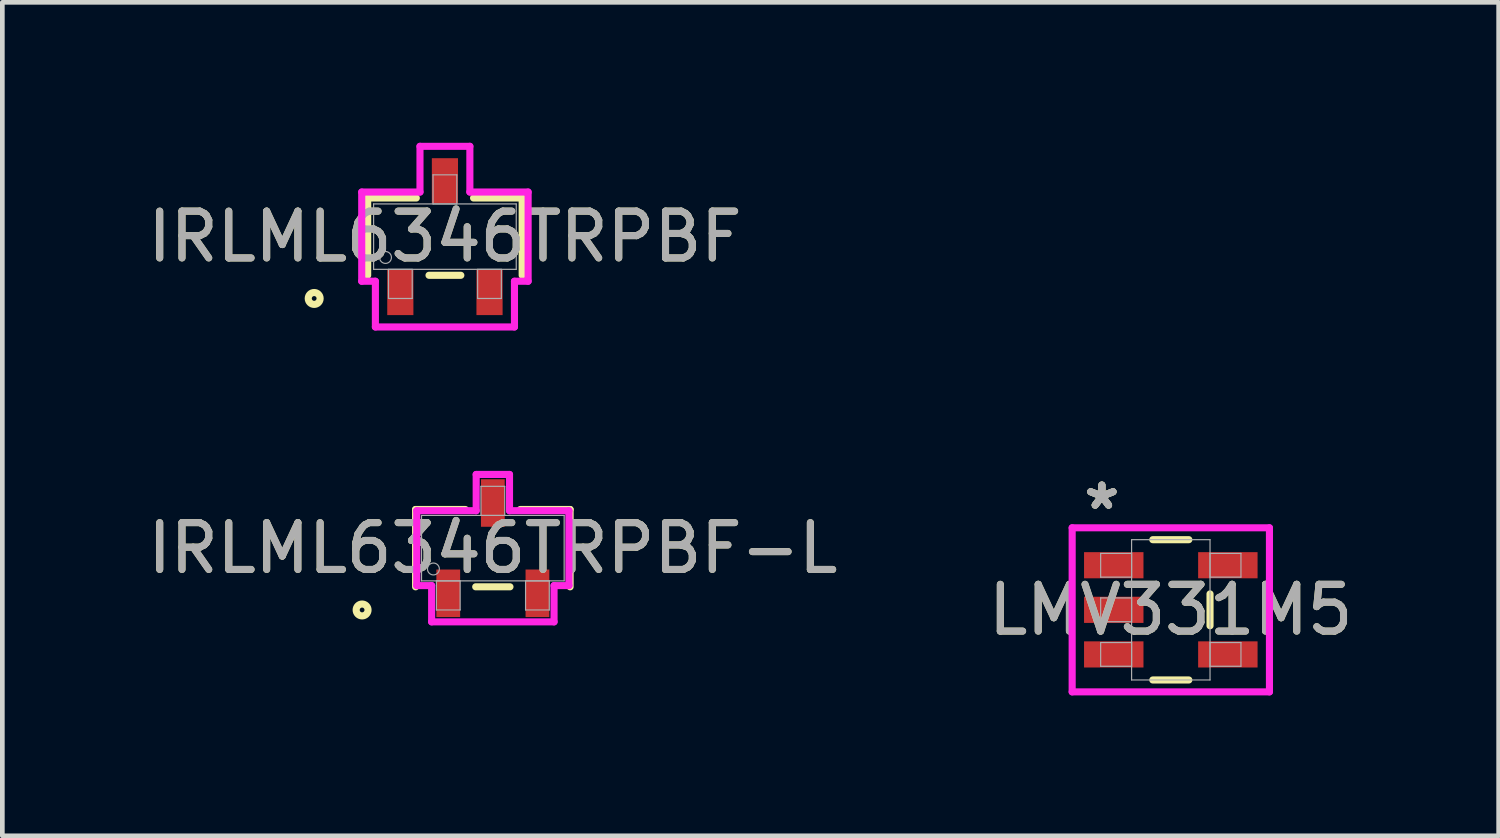
<source format=kicad_pcb>
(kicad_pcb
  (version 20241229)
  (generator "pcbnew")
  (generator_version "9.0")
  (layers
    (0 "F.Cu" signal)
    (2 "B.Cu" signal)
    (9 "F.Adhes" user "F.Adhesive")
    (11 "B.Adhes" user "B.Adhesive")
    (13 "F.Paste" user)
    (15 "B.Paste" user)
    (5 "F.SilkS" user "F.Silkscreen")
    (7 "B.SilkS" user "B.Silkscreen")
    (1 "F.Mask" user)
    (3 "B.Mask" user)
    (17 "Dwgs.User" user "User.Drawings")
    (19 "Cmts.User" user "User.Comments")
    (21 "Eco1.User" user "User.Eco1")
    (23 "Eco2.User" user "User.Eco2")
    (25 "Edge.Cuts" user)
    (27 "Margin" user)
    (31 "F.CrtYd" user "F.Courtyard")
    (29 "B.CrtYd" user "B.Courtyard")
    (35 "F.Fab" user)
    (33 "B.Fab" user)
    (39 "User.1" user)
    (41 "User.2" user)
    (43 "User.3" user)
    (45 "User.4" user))
  (footprint "LMV331M5"
    (layer "F.Cu")
    (at 21.97 9.982)
    (property "Reference" "LMV331M5" (at 0 0 0) (unlocked yes) (layer "F.SilkS") (effects (font (size 1 1) (thickness 0.15))))
    (attr smd)
    (fp_line (start -0.385 1.499) (end 0.385 1.499) (stroke (width 0.152) (type solid)) (layer "F.SilkS"))
    (fp_line (start 0.385 -1.499) (end -0.385 -1.499) (stroke (width 0.152) (type solid)) (layer "F.SilkS"))
    (fp_line (start 0.838 0.34) (end 0.838 -0.34) (stroke (width 0.152) (type solid)) (layer "F.SilkS"))
    (fp_line (start -2.108 -1.753) (end 2.108 -1.753) (stroke (width 0.152) (type solid)) (layer "F.CrtYd"))
    (fp_line (start -2.108 1.753) (end -2.108 -1.753) (stroke (width 0.152) (type solid)) (layer "F.CrtYd"))
    (fp_line (start 2.108 -1.753) (end 2.108 1.753) (stroke (width 0.152) (type solid)) (layer "F.CrtYd"))
    (fp_line (start 2.108 1.753) (end -2.108 1.753) (stroke (width 0.152) (type solid)) (layer "F.CrtYd"))
    (fp_line (start -1.499 -1.206) (end -1.499 -0.699) (stroke (width 0.025) (type solid)) (layer "F.Fab"))
    (fp_line (start -1.499 -0.699) (end -0.838 -0.699) (stroke (width 0.025) (type solid)) (layer "F.Fab"))
    (fp_line (start -1.499 -0.254) (end -1.499 0.254) (stroke (width 0.025) (type solid)) (layer "F.Fab"))
    (fp_line (start -1.499 0.254) (end -0.838 0.254) (stroke (width 0.025) (type solid)) (layer "F.Fab"))
    (fp_line (start -1.499 0.699) (end -1.499 1.206) (stroke (width 0.025) (type solid)) (layer "F.Fab"))
    (fp_line (start -1.499 1.206) (end -0.838 1.206) (stroke (width 0.025) (type solid)) (layer "F.Fab"))
    (fp_line (start -0.838 -1.499) (end -0.838 1.499) (stroke (width 0.025) (type solid)) (layer "F.Fab"))
    (fp_line (start -0.838 -1.206) (end -1.499 -1.206) (stroke (width 0.025) (type solid)) (layer "F.Fab"))
    (fp_line (start -0.838 -0.699) (end -0.838 -1.206) (stroke (width 0.025) (type solid)) (layer "F.Fab"))
    (fp_line (start -0.838 -0.254) (end -1.499 -0.254) (stroke (width 0.025) (type solid)) (layer "F.Fab"))
    (fp_line (start -0.838 0.254) (end -0.838 -0.254) (stroke (width 0.025) (type solid)) (layer "F.Fab"))
    (fp_line (start -0.838 0.699) (end -1.499 0.699) (stroke (width 0.025) (type solid)) (layer "F.Fab"))
    (fp_line (start -0.838 1.206) (end -0.838 0.699) (stroke (width 0.025) (type solid)) (layer "F.Fab"))
    (fp_line (start -0.838 1.499) (end 0.838 1.499) (stroke (width 0.025) (type solid)) (layer "F.Fab"))
    (fp_line (start 0.838 -1.499) (end -0.838 -1.499) (stroke (width 0.025) (type solid)) (layer "F.Fab"))
    (fp_line (start 0.838 -1.206) (end 0.838 -0.699) (stroke (width 0.025) (type solid)) (layer "F.Fab"))
    (fp_line (start 0.838 -0.699) (end 1.499 -0.699) (stroke (width 0.025) (type solid)) (layer "F.Fab"))
    (fp_line (start 0.838 0.699) (end 0.838 1.206) (stroke (width 0.025) (type solid)) (layer "F.Fab"))
    (fp_line (start 0.838 1.206) (end 1.499 1.206) (stroke (width 0.025) (type solid)) (layer "F.Fab"))
    (fp_line (start 0.838 1.499) (end 0.838 -1.499) (stroke (width 0.025) (type solid)) (layer "F.Fab"))
    (fp_line (start 1.499 -1.206) (end 0.838 -1.206) (stroke (width 0.025) (type solid)) (layer "F.Fab"))
    (fp_line (start 1.499 -0.699) (end 1.499 -1.206) (stroke (width 0.025) (type solid)) (layer "F.Fab"))
    (fp_line (start 1.499 0.699) (end 0.838 0.699) (stroke (width 0.025) (type solid)) (layer "F.Fab"))
    (fp_line (start 1.499 1.206) (end 1.499 0.699) (stroke (width 0.025) (type solid)) (layer "F.Fab"))
    (fp_text user "*" (at -1.473 -2.121 0) (unlocked yes) (layer "F.SilkS") (effects (font (size 1 1) (thickness 0.15))))
    (fp_text user "*" (at -1.473 -2.121 0) (layer "F.SilkS") (effects (font (size 1 1) (thickness 0.15))))
    (fp_text user "*" (at -1.473 -2.121 0) (layer "F.Fab") (effects (font (size 1 1) (thickness 0.15))))
    (fp_text user "*" (at -1.473 -2.121 0) (unlocked yes) (layer "F.Fab") (effects (font (size 1 1) (thickness 0.15))))
    (fp_text user "${REFERENCE}" (at 0 0 0) (unlocked yes) (layer "F.Fab") (effects (font (size 1 1) (thickness 0.15))))
    (pad "1" smd rect (at -1.219 -0.953) (size 1.27 0.559) (layers "F.Cu" "F.Mask" "F.Paste"))
    (pad "2" smd rect (at -1.219 0) (size 1.27 0.559) (layers "F.Cu" "F.Mask" "F.Paste"))
    (pad "3" smd rect (at -1.219 0.953) (size 1.27 0.559) (layers "F.Cu" "F.Mask" "F.Paste"))
    (pad "4" smd rect (at 1.219 0.953) (size 1.27 0.559) (layers "F.Cu" "F.Mask" "F.Paste"))
    (pad "5" smd rect (at 1.219 -0.953) (size 1.27 0.559) (layers "F.Cu" "F.Mask" "F.Paste")))
  (footprint "IRLML6346TRPBF"
    (layer "F.Cu")
    (at 6.458 2.007)
    (property "Reference" "IRLML6346TRPBF" (at 0 0 0) (unlocked yes) (layer "F.SilkS") (effects (font (size 1 1) (thickness 0.15))))
    (attr smd)
    (fp_line (start -1.651 -0.826) (end -1.651 0.826) (stroke (width 0.152) (type solid)) (layer "F.SilkS"))
    (fp_line (start -0.612 -0.826) (end -1.651 -0.826) (stroke (width 0.152) (type solid)) (layer "F.SilkS"))
    (fp_line (start -0.34 0.826) (end 0.34 0.826) (stroke (width 0.152) (type solid)) (layer "F.SilkS"))
    (fp_line (start 1.651 -0.826) (end 0.612 -0.826) (stroke (width 0.152) (type solid)) (layer "F.SilkS"))
    (fp_line (start 1.651 0.826) (end 1.651 -0.826) (stroke (width 0.152) (type solid)) (layer "F.SilkS"))
    (fp_circle (center -2.794 1.321) (end -2.667 1.321) (stroke (width 0.152) (type solid)) (fill no) (layer "F.SilkS"))
    (fp_line (start -1.778 -0.953) (end -0.533 -0.953) (stroke (width 0.152) (type solid)) (layer "F.CrtYd"))
    (fp_line (start -1.778 0.953) (end -1.778 -0.953) (stroke (width 0.152) (type solid)) (layer "F.CrtYd"))
    (fp_line (start -1.778 0.953) (end -1.486 0.953) (stroke (width 0.152) (type solid)) (layer "F.CrtYd"))
    (fp_line (start -1.486 0.953) (end -1.486 1.93) (stroke (width 0.152) (type solid)) (layer "F.CrtYd"))
    (fp_line (start -1.486 1.93) (end 1.486 1.93) (stroke (width 0.152) (type solid)) (layer "F.CrtYd"))
    (fp_line (start -0.533 -1.93) (end 0.533 -1.93) (stroke (width 0.152) (type solid)) (layer "F.CrtYd"))
    (fp_line (start -0.533 -0.953) (end -0.533 -1.93) (stroke (width 0.152) (type solid)) (layer "F.CrtYd"))
    (fp_line (start 0.533 -0.953) (end 0.533 -1.93) (stroke (width 0.152) (type solid)) (layer "F.CrtYd"))
    (fp_line (start 1.486 0.953) (end 1.486 1.93) (stroke (width 0.152) (type solid)) (layer "F.CrtYd"))
    (fp_line (start 1.778 -0.953) (end 0.533 -0.953) (stroke (width 0.152) (type solid)) (layer "F.CrtYd"))
    (fp_line (start 1.778 -0.953) (end 1.778 0.953) (stroke (width 0.152) (type solid)) (layer "F.CrtYd"))
    (fp_line (start 1.778 0.953) (end 1.486 0.953) (stroke (width 0.152) (type solid)) (layer "F.CrtYd"))
    (fp_line (start -1.524 -0.699) (end -1.524 0.699) (stroke (width 0.025) (type solid)) (layer "F.Fab"))
    (fp_line (start -1.524 0.699) (end 1.524 0.699) (stroke (width 0.025) (type solid)) (layer "F.Fab"))
    (fp_line (start -1.206 0.699) (end -1.206 1.321) (stroke (width 0.025) (type solid)) (layer "F.Fab"))
    (fp_line (start -1.206 1.321) (end -0.699 1.321) (stroke (width 0.025) (type solid)) (layer "F.Fab"))
    (fp_line (start -0.699 0.699) (end -1.206 0.699) (stroke (width 0.025) (type solid)) (layer "F.Fab"))
    (fp_line (start -0.699 1.321) (end -0.699 0.699) (stroke (width 0.025) (type solid)) (layer "F.Fab"))
    (fp_line (start -0.254 -1.321) (end -0.254 -0.699) (stroke (width 0.025) (type solid)) (layer "F.Fab"))
    (fp_line (start -0.254 -0.699) (end 0.254 -0.699) (stroke (width 0.025) (type solid)) (layer "F.Fab"))
    (fp_line (start 0.254 -1.321) (end -0.254 -1.321) (stroke (width 0.025) (type solid)) (layer "F.Fab"))
    (fp_line (start 0.254 -0.699) (end 0.254 -1.321) (stroke (width 0.025) (type solid)) (layer "F.Fab"))
    (fp_line (start 0.699 0.699) (end 0.699 1.321) (stroke (width 0.025) (type solid)) (layer "F.Fab"))
    (fp_line (start 0.699 1.321) (end 1.206 1.321) (stroke (width 0.025) (type solid)) (layer "F.Fab"))
    (fp_line (start 1.206 0.699) (end 0.699 0.699) (stroke (width 0.025) (type solid)) (layer "F.Fab"))
    (fp_line (start 1.206 1.321) (end 1.206 0.699) (stroke (width 0.025) (type solid)) (layer "F.Fab"))
    (fp_line (start 1.524 -0.699) (end -1.524 -0.699) (stroke (width 0.025) (type solid)) (layer "F.Fab"))
    (fp_line (start 1.524 0.699) (end 1.524 -0.699) (stroke (width 0.025) (type solid)) (layer "F.Fab"))
    (fp_circle (center -1.27 0.445) (end -1.143 0.445) (stroke (width 0.025) (type solid)) (fill no) (layer "F.Fab"))
    (fp_text user "${REFERENCE}" (at 0 0 0) (unlocked yes) (layer "F.Fab") (effects (font (size 1 1) (thickness 0.15))))
    (pad "1" smd rect (at -0.953 1.194) (size 0.559 0.965) (layers "F.Cu" "F.Mask" "F.Paste"))
    (pad "2" smd rect (at 0.953 1.194) (size 0.559 0.965) (layers "F.Cu" "F.Mask" "F.Paste"))
    (pad "3" smd rect (at 0 -1.194) (size 0.559 0.965) (layers "F.Cu" "F.Mask" "F.Paste")))
  (footprint "IRLML6346TRPBF-L"
    (layer "F.Cu")
    (at 7.482 8.664)
    (property "Reference" "IRLML6346TRPBF-L" (at 0 0 0) (unlocked yes) (layer "F.SilkS") (effects (font (size 1 1) (thickness 0.15))))
    (attr smd)
    (fp_line (start -1.651 -0.826) (end -1.651 0.826) (stroke (width 0.152) (type solid)) (layer "F.SilkS"))
    (fp_line (start -0.587 -0.826) (end -1.651 -0.826) (stroke (width 0.152) (type solid)) (layer "F.SilkS"))
    (fp_line (start -0.366 0.826) (end 0.366 0.826) (stroke (width 0.152) (type solid)) (layer "F.SilkS"))
    (fp_line (start 1.651 -0.826) (end 0.587 -0.826) (stroke (width 0.152) (type solid)) (layer "F.SilkS"))
    (fp_line (start 1.651 0.826) (end 1.651 -0.826) (stroke (width 0.152) (type solid)) (layer "F.SilkS"))
    (fp_circle (center -2.794 1.321) (end -2.667 1.321) (stroke (width 0.152) (type solid)) (fill no) (layer "F.SilkS"))
    (fp_line (start -1.626 -0.8) (end -0.356 -0.8) (stroke (width 0.152) (type solid)) (layer "F.CrtYd"))
    (fp_line (start -1.626 0.8) (end -1.626 -0.8) (stroke (width 0.152) (type solid)) (layer "F.CrtYd"))
    (fp_line (start -1.626 0.8) (end -1.308 0.8) (stroke (width 0.152) (type solid)) (layer "F.CrtYd"))
    (fp_line (start -1.308 0.8) (end -1.308 1.575) (stroke (width 0.152) (type solid)) (layer "F.CrtYd"))
    (fp_line (start -1.308 1.575) (end 1.308 1.575) (stroke (width 0.152) (type solid)) (layer "F.CrtYd"))
    (fp_line (start -0.356 -1.575) (end 0.356 -1.575) (stroke (width 0.152) (type solid)) (layer "F.CrtYd"))
    (fp_line (start -0.356 -0.8) (end -0.356 -1.575) (stroke (width 0.152) (type solid)) (layer "F.CrtYd"))
    (fp_line (start 0.356 -0.8) (end 0.356 -1.575) (stroke (width 0.152) (type solid)) (layer "F.CrtYd"))
    (fp_line (start 1.308 0.8) (end 1.308 1.575) (stroke (width 0.152) (type solid)) (layer "F.CrtYd"))
    (fp_line (start 1.626 -0.8) (end 0.356 -0.8) (stroke (width 0.152) (type solid)) (layer "F.CrtYd"))
    (fp_line (start 1.626 -0.8) (end 1.626 0.8) (stroke (width 0.152) (type solid)) (layer "F.CrtYd"))
    (fp_line (start 1.626 0.8) (end 1.308 0.8) (stroke (width 0.152) (type solid)) (layer "F.CrtYd"))
    (fp_line (start -1.524 -0.699) (end -1.524 0.699) (stroke (width 0.025) (type solid)) (layer "F.Fab"))
    (fp_line (start -1.524 0.699) (end 1.524 0.699) (stroke (width 0.025) (type solid)) (layer "F.Fab"))
    (fp_line (start -1.206 0.699) (end -1.206 1.321) (stroke (width 0.025) (type solid)) (layer "F.Fab"))
    (fp_line (start -1.206 1.321) (end -0.699 1.321) (stroke (width 0.025) (type solid)) (layer "F.Fab"))
    (fp_line (start -0.699 0.699) (end -1.206 0.699) (stroke (width 0.025) (type solid)) (layer "F.Fab"))
    (fp_line (start -0.699 1.321) (end -0.699 0.699) (stroke (width 0.025) (type solid)) (layer "F.Fab"))
    (fp_line (start -0.254 -1.321) (end -0.254 -0.699) (stroke (width 0.025) (type solid)) (layer "F.Fab"))
    (fp_line (start -0.254 -0.699) (end 0.254 -0.699) (stroke (width 0.025) (type solid)) (layer "F.Fab"))
    (fp_line (start 0.254 -1.321) (end -0.254 -1.321) (stroke (width 0.025) (type solid)) (layer "F.Fab"))
    (fp_line (start 0.254 -0.699) (end 0.254 -1.321) (stroke (width 0.025) (type solid)) (layer "F.Fab"))
    (fp_line (start 0.699 0.699) (end 0.699 1.321) (stroke (width 0.025) (type solid)) (layer "F.Fab"))
    (fp_line (start 0.699 1.321) (end 1.206 1.321) (stroke (width 0.025) (type solid)) (layer "F.Fab"))
    (fp_line (start 1.206 0.699) (end 0.699 0.699) (stroke (width 0.025) (type solid)) (layer "F.Fab"))
    (fp_line (start 1.206 1.321) (end 1.206 0.699) (stroke (width 0.025) (type solid)) (layer "F.Fab"))
    (fp_line (start 1.524 -0.699) (end -1.524 -0.699) (stroke (width 0.025) (type solid)) (layer "F.Fab"))
    (fp_line (start 1.524 0.699) (end 1.524 -0.699) (stroke (width 0.025) (type solid)) (layer "F.Fab"))
    (fp_circle (center -1.27 0.445) (end -1.143 0.445) (stroke (width 0.025) (type solid)) (fill no) (layer "F.Fab"))
    (fp_text user "${REFERENCE}" (at 0 0 0) (unlocked yes) (layer "F.Fab") (effects (font (size 1 1) (thickness 0.15))))
    (pad "1" smd rect (at -0.953 0.965) (size 0.508 1.016) (layers "F.Cu" "F.Mask" "F.Paste"))
    (pad "2" smd rect (at 0.953 0.965) (size 0.508 1.016) (layers "F.Cu" "F.Mask" "F.Paste"))
    (pad "3" smd rect (at 0 -0.965) (size 0.508 1.016) (layers "F.Cu" "F.Mask" "F.Paste")))
  (gr_rect
    (start -3 -3)
    (end 28.976 14.811)
    (stroke (width 0.1) (type default))
    (fill no)
    (layer "Edge.Cuts")))
</source>
